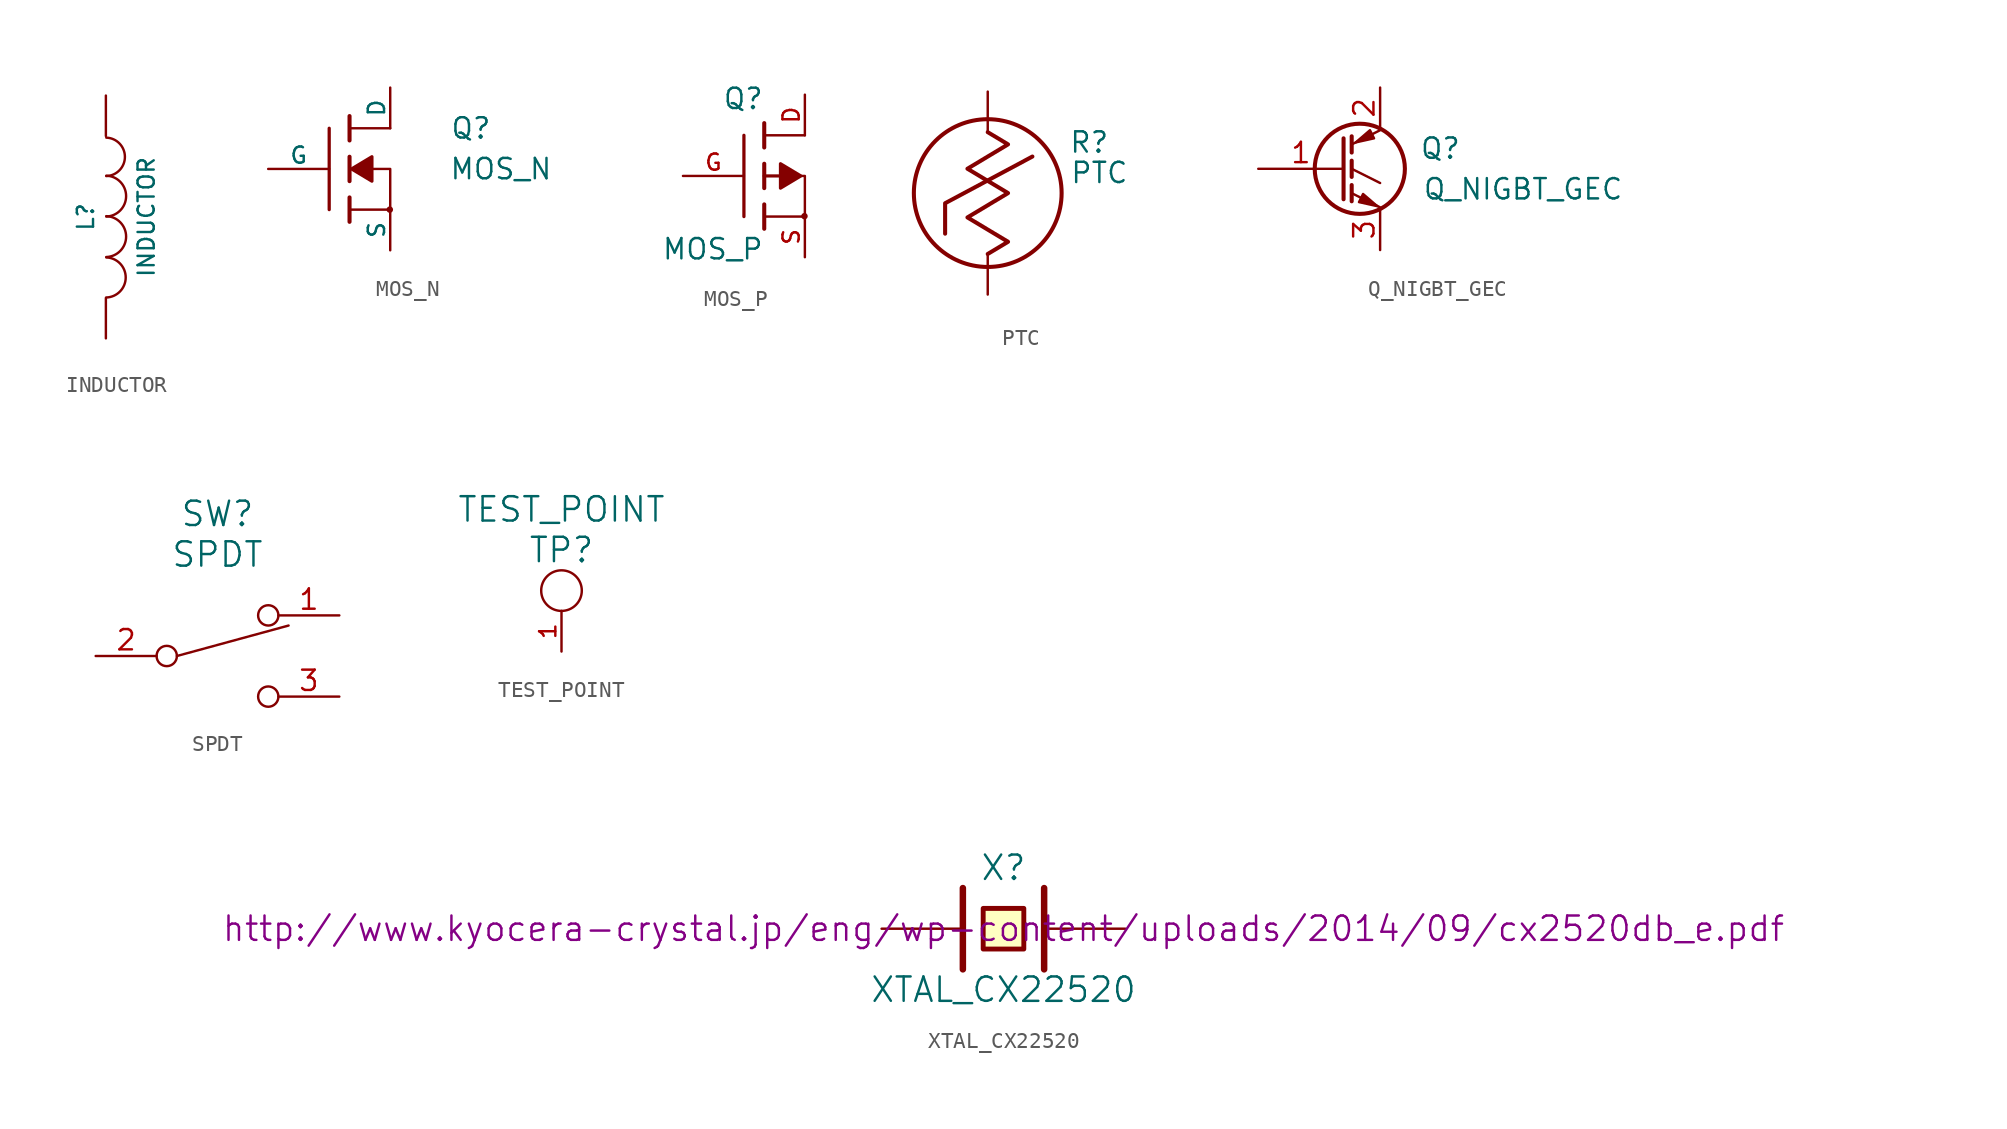
<source format=kicad_sym>
(kicad_symbol_lib
  (version 20231120)
  (generator "kicad_symbol_editor")
  (generator_version "8.0")
  (symbol "INDUCTOR"
    (pin_numbers hide)
    (pin_names
      (offset 1.016) hide)
    (property "Reference" "L"
      (at -1.27 0 90)
      (effects (font (size 1.016 1.016))))
    (property "Value" "INDUCTOR"
      (at 2.54 0 90)
      (effects (font (size 1.016 1.016))))
    (property "Footprint" ""
      (at 0 0 0)
      (effects (font (size 1.524 1.524))))
    (property "Datasheet" ""
      (at 0 0 0)
      (effects (font (size 1.524 1.524))))
    (symbol "INDUCTOR_0_1"
      (arc (start 0.0254 -5.0546) (mid 1.2449 -3.8097) (end 0.0254 -2.54) (stroke (width 0) (type default)) (fill (type none)))
      (arc (start 0.0254 -2.5146) (mid 1.2703 -1.2444) (end 0.0254 0.0508) (stroke (width 0) (type default)) (fill (type none)))
      (arc (start 0.0254 0.0254) (mid 1.2703 1.2956) (end 0.0254 2.5908) (stroke (width 0) (type default)) (fill (type none)))
      (arc (start 0.0254 2.5654) (mid 1.1941 3.7595) (end 0.0254 4.9784) (stroke (width 0) (type default)) (fill (type none))))
    (symbol "INDUCTOR_1_1"
      (pin passive line (at 0 7.62 270) (length 2.54) (name "1" (effects (font (size 1.778 1.778)))) (number "1" (effects (font (size 1.778 1.778)))))
      (pin passive line (at 0 -7.62 90) (length 2.54) (name "2" (effects (font (size 1.778 1.778)))) (number "2" (effects (font (size 1.778 1.778)))))))
  (symbol "MOS_N"
    (pin_numbers hide)
    (pin_names
      (offset 0))
    (property "Reference" "Q"
      (at 8.89 2.54 0)
      (effects (font (size 1.27 1.27)) (justify right)))
    (property "Value" "MOS_N"
      (at 12.7 0 0)
      (effects (font (size 1.27 1.27)) (justify right)))
    (property "Footprint" ""
      (at 0 0 0)
      (effects (font (size 1.524 1.524))))
    (property "Datasheet" ""
      (at 0 0 0)
      (effects (font (size 1.524 1.524))))
    (symbol "MOS_N_0_1"
      (polyline (pts (xy -1.27 -2.54) (xy -1.27 2.54)) (stroke (width 0.203) (type default)) (fill (type none)))
      (polyline (pts (xy 2.54 -2.54) (xy 0 -2.54)) (stroke (width 0) (type default)) (fill (type none)))
      (polyline (pts (xy 2.54 2.54) (xy 0 2.54)) (stroke (width 0) (type default)) (fill (type none)))
      (polyline (pts (xy 2.54 -2.54) (xy 2.54 0) (xy 1.397 0)) (stroke (width 0.152) (type default)) (fill (type none)))
      (polyline (pts (xy 1.397 0.762) (xy 1.397 -0.762) (xy 0.127 0) (xy 1.397 0.762) (xy 1.397 0.762)) (stroke (width 0.203) (type default)) (fill (type outline))))
    (symbol "MOS_N_1_1"
      (polyline (pts (xy 0 -3.302) (xy 0 -1.778)) (stroke (width 0.254) (type default)) (fill (type none)))
      (polyline (pts (xy 0 -0.762) (xy 0 0.762)) (stroke (width 0.254) (type default)) (fill (type none)))
      (polyline (pts (xy 0 1.778) (xy 0 3.302)) (stroke (width 0.254) (type default)) (fill (type none)))
      (circle (center 2.515 -2.54) (radius 0.102) (stroke (width 0.203) (type default)) (fill (type none)))
      (pin passive line (at 2.54 5.08 270) (length 2.54) (name "D" (effects (font (size 1.016 1.016)))) (number "D" (effects (font (size 1.016 1.016)))))
      (pin input line (at -5.08 0 0) (length 3.81) (name "G" (effects (font (size 1.016 1.016)))) (number "G" (effects (font (size 1.016 1.016)))))
      (pin passive line (at 2.54 -5.08 90) (length 2.54) (name "S" (effects (font (size 1.016 1.016)))) (number "S" (effects (font (size 1.016 1.016)))))))
  (symbol "MOS_P"
    (pin_names
      (offset 1.016) hide)
    (property "Reference" "Q"
      (at 0 4.826 0)
      (effects (font (size 1.27 1.27)) (justify right)))
    (property "Value" "MOS_P"
      (at 0 -4.572 0)
      (effects (font (size 1.27 1.27)) (justify right)))
    (property "Footprint" ""
      (at 0 0 0)
      (effects (font (size 1.524 1.524))))
    (property "Datasheet" ""
      (at 0 0 0)
      (effects (font (size 1.524 1.524))))
    (symbol "MOS_P_0_1"
      (polyline (pts (xy -1.27 -2.54) (xy -1.27 2.54)) (stroke (width 0.203) (type default)) (fill (type none)))
      (polyline (pts (xy 1.016 0) (xy 0 0)) (stroke (width 0.203) (type default)) (fill (type none)))
      (polyline (pts (xy 2.54 -2.54) (xy 0 -2.54)) (stroke (width 0) (type default)) (fill (type none)))
      (polyline (pts (xy 2.54 2.54) (xy 0 2.54)) (stroke (width 0) (type default)) (fill (type none)))
      (polyline (pts (xy 2.032 0) (xy 2.54 0) (xy 2.54 -2.54)) (stroke (width 0) (type default)) (fill (type none)))
      (polyline (pts (xy 1.016 0) (xy 1.016 -0.762) (xy 2.286 0) (xy 1.016 0.762) (xy 1.016 0)) (stroke (width 0.203) (type default)) (fill (type outline)))
      (circle (center 2.515 -2.515) (radius 0.102) (stroke (width 0.203) (type default)) (fill (type none))))
    (symbol "MOS_P_1_1"
      (polyline (pts (xy 0 -3.302) (xy 0 -1.778)) (stroke (width 0.254) (type default)) (fill (type none)))
      (polyline (pts (xy 0 -0.762) (xy 0 0.762)) (stroke (width 0.254) (type default)) (fill (type none)))
      (polyline (pts (xy 0 1.778) (xy 0 3.302)) (stroke (width 0.254) (type default)) (fill (type none)))
      (pin passive line (at 2.54 5.08 270) (length 2.54) (name "D" (effects (font (size 1.016 1.016)))) (number "D" (effects (font (size 1.016 1.016)))))
      (pin input line (at -5.08 0 0) (length 3.81) (name "G" (effects (font (size 1.016 1.016)))) (number "G" (effects (font (size 1.016 1.016)))))
      (pin passive line (at 2.54 -5.08 90) (length 2.54) (name "S" (effects (font (size 1.016 1.016)))) (number "S" (effects (font (size 1.016 1.016)))))))
  (symbol "PTC"
    (pin_numbers hide)
    (pin_names
      (offset 0))
    (property "Reference" "R"
      (at 6.35 3.175 0)
      (effects (font (size 1.27 1.27))))
    (property "Value" "PTC"
      (at 6.985 1.27 0)
      (effects (font (size 1.27 1.27))))
    (property "Footprint" ""
      (at 0 0 0)
      (effects (font (size 1.524 1.524))))
    (property "Datasheet" ""
      (at 0 0 0)
      (effects (font (size 1.524 1.524))))
    (symbol "PTC_0_1"
      (polyline (pts (xy -2.667 -2.54) (xy -2.667 -0.635) (xy 2.794 2.286)) (stroke (width 0.254) (type default)) (fill (type none)))
      (polyline (pts (xy 0 3.81) (xy 1.27 3.048) (xy 0 2.286) (xy -1.27 1.524) (xy 0 0.762) (xy 1.27 0) (xy 0 -0.762) (xy -1.27 -1.524) (xy 0 -2.286) (xy 1.27 -3.048) (xy 0 -3.81)) (stroke (width 0.254) (type default)) (fill (type none)))
      (circle (center 0 0) (radius 4.623) (stroke (width 0.254) (type default)) (fill (type none))))
    (symbol "PTC_1_1"
      (pin passive line (at 0 6.35 270) (length 2.54) (name "~" (effects (font (size 1.524 1.524)))) (number "1" (effects (font (size 1.524 1.524)))))
      (pin passive line (at 0 -6.35 90) (length 2.54) (name "~" (effects (font (size 1.524 1.524)))) (number "2" (effects (font (size 1.524 1.524)))))))
  (symbol "Q_NIGBT_GEC"
    (pin_names
      (offset 0) hide)
    (property "Reference" "Q"
      (at 7.62 1.27 0)
      (effects (font (size 1.27 1.27)) (justify right)))
    (property "Value" "Q_NIGBT_GEC"
      (at 17.78 -1.27 0)
      (effects (font (size 1.27 1.27)) (justify right)))
    (property "Footprint" ""
      (at 5.08 2.54 0)
      (effects (font (size 1.27 1.27))))
    (property "Datasheet" ""
      (at 0 0 0)
      (effects (font (size 1.27 1.27))))
    (symbol "Q_NIGBT_GEC_0_1"
      (polyline (pts (xy 0.762 -1.016) (xy 0.762 -2.032)) (stroke (width 0.254) (type default)) (fill (type none)))
      (polyline (pts (xy 0.762 0.508) (xy 0.762 -0.508)) (stroke (width 0.254) (type default)) (fill (type none)))
      (polyline (pts (xy 0.762 2.032) (xy 0.762 1.016)) (stroke (width 0.254) (type default)) (fill (type none)))
      (polyline (pts (xy 2.54 -2.413) (xy 0.762 -1.524)) (stroke (width 0) (type default)) (fill (type none)))
      (polyline (pts (xy 2.54 -0.889) (xy 0.762 0)) (stroke (width 0) (type default)) (fill (type none)))
      (polyline (pts (xy 2.54 2.413) (xy 0.762 1.524)) (stroke (width 0) (type default)) (fill (type none)))
      (polyline (pts (xy 0.254 1.905) (xy 0.254 -1.905) (xy 0.254 -1.905)) (stroke (width 0.254) (type default)) (fill (type none)))
      (polyline (pts (xy 1.219 -2.083) (xy 1.473 -1.575) (xy 2.362 -2.337) (xy 1.219 -2.083)) (stroke (width 0) (type default)) (fill (type outline)))
      (polyline (pts (xy 2.159 1.905) (xy 1.905 2.413) (xy 1.016 1.651) (xy 2.159 1.905)) (stroke (width 0) (type default)) (fill (type outline)))
      (circle (center 1.27 0) (radius 2.819) (stroke (width 0.254) (type default)) (fill (type none))))
    (symbol "Q_NIGBT_GEC_1_1"
      (pin input line (at -5.08 0 0) (length 5.334) (name "G" (effects (font (size 1.27 1.27)))) (number "1" (effects (font (size 1.27 1.27)))))
      (pin passive line (at 2.54 5.08 270) (length 2.54) (name "C" (effects (font (size 1.27 1.27)))) (number "2" (effects (font (size 1.27 1.27)))))
      (pin passive line (at 2.54 -5.08 90) (length 2.54) (name "E" (effects (font (size 1.27 1.27)))) (number "3" (effects (font (size 1.27 1.27)))))))
  (symbol "SPDT"
    (pin_names
      (offset 1.016) hide)
    (property "Reference" "SW"
      (at 0 8.89 0)
      (effects (font (size 1.524 1.524))))
    (property "Value" "SPDT"
      (at 0 6.35 0)
      (effects (font (size 1.524 1.524))))
    (property "Footprint" ""
      (at -2.54 0 0)
      (effects (font (size 1.524 1.524))))
    (property "Datasheet" ""
      (at -2.54 0 0)
      (effects (font (size 1.524 1.524))))
    (symbol "SPDT_0_1"
      (circle (center -3.175 0) (radius 0.635) (stroke (width 0) (type default)) (fill (type none)))
      (polyline (pts (xy -2.54 0) (xy 4.445 1.905)) (stroke (width 0) (type default)) (fill (type none)))
      (circle (center 3.175 -2.54) (radius 0.635) (stroke (width 0) (type default)) (fill (type none)))
      (circle (center 3.175 2.54) (radius 0.635) (stroke (width 0) (type default)) (fill (type none))))
    (symbol "SPDT_1_1"
      (pin input line (at 7.62 2.54 180) (length 3.81) (name "1" (effects (font (size 1.27 1.27)))) (number "1" (effects (font (size 1.27 1.27)))))
      (pin input line (at -7.62 0 0) (length 3.81) (name "2" (effects (font (size 1.27 1.27)))) (number "2" (effects (font (size 1.27 1.27)))))
      (pin input line (at 7.62 -2.54 180) (length 3.81) (name "3" (effects (font (size 1.27 1.27)))) (number "3" (effects (font (size 1.27 1.27)))))))
  (symbol "TEST_POINT"
    (pin_names
      (offset 1.016) hide)
    (property "Reference" "TP"
      (at 0 2.54 0)
      (effects (font (size 1.524 1.524))))
    (property "Value" "TEST_POINT"
      (at 0 5.08 0)
      (effects (font (size 1.524 1.524))))
    (property "Footprint" ""
      (at 0 0 0)
      (effects (font (size 1.524 1.524))))
    (property "Datasheet" ""
      (at 0 0 0)
      (effects (font (size 1.524 1.524))))
    (symbol "TEST_POINT_0_1"
      (circle (center 0 0) (radius 1.27) (stroke (width 0) (type default)) (fill (type none))))
    (symbol "TEST_POINT_1_1"
      (pin passive line (at 0 -3.81 90) (length 2.54) (name "1" (effects (font (size 1.016 1.016)))) (number "1" (effects (font (size 1.016 1.016)))))))
  (symbol "XTAL_CX22520"
    (pin_numbers hide)
    (pin_names
      (offset 1.016) hide)
    (property "Reference" "X"
      (at 0 3.81 0)
      (effects (font (size 1.524 1.524))))
    (property "Value" "XTAL_CX22520"
      (at 0 -3.81 0)
      (effects (font (size 1.524 1.524))))
    (property "Footprint" ""
      (at 0 0 0)
      (effects (font (size 1.524 1.524))))
    (property "Datasheet" "http://www.kyocera-crystal.jp/eng/wp-content/uploads/2014/09/cx2520db_e.pdf"
      (at 0 0 0)
      (effects (font (size 1.524 1.524))))
    (symbol "XTAL_CX22520_0_1"
      (polyline (pts (xy -2.54 2.54) (xy -2.54 -2.54)) (stroke (width 0.406) (type default)) (fill (type none)))
      (polyline (pts (xy 2.54 2.54) (xy 2.54 -2.54)) (stroke (width 0.406) (type default)) (fill (type none)))
      (polyline (pts (xy -1.27 1.27) (xy 1.27 1.27) (xy 1.27 -1.27) (xy -1.27 -1.27) (xy -1.27 1.27)) (stroke (width 0.305) (type default)) (fill (type background))))
    (symbol "XTAL_CX22520_1_1"
      (pin passive line (at -7.62 0 0) (length 5.08) (name "1" (effects (font (size 1.016 1.016)))) (number "1" (effects (font (size 1.016 1.016)))))
      (pin passive line (at 7.62 0 180) (length 5.08) (name "3" (effects (font (size 1.016 1.016)))) (number "3" (effects (font (size 1.016 1.016))))))))
</source>
